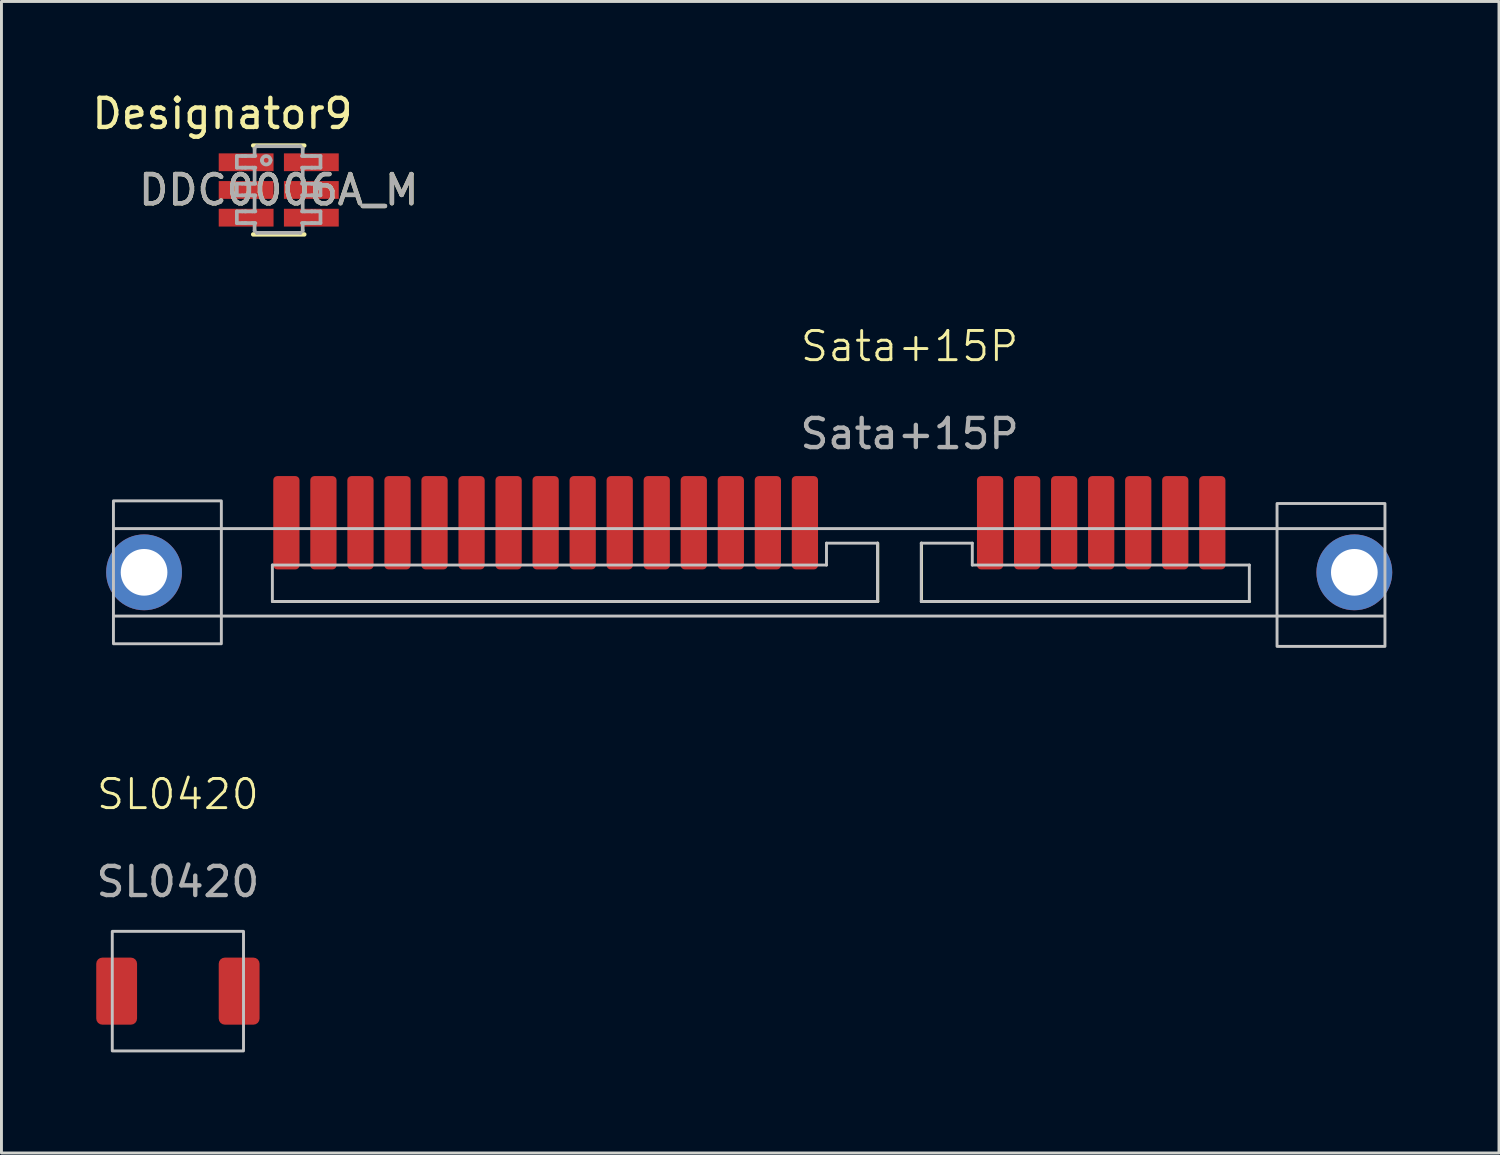
<source format=kicad_pcb>
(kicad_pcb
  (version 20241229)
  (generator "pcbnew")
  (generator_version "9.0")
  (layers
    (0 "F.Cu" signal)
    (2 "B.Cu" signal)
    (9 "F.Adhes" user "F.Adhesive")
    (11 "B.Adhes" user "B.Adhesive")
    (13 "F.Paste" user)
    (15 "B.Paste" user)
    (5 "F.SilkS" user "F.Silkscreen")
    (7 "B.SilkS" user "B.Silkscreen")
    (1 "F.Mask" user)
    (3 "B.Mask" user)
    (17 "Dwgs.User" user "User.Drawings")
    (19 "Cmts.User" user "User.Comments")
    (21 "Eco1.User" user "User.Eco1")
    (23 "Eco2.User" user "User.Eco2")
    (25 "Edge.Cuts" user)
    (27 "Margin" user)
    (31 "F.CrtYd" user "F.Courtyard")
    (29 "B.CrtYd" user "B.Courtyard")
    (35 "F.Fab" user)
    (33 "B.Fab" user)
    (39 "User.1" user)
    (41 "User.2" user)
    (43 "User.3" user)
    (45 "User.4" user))
  (footprint "DDC0006A_M"
    (layer "F.Cu")
    (at 6.508 3.464)
    (property "Reference" "DDC0006A_M" (at 0 0 0) (unlocked yes) (layer "F.SilkS") (effects (font (size 1 1) (thickness 0.15))))
    (attr smd)
    (fp_line (start -0.876 -1.524) (end 0.876 -1.524) (stroke (width 0.152) (type solid)) (layer "F.SilkS"))
    (fp_line (start -0.876 1.524) (end 0.876 1.524) (stroke (width 0.152) (type solid)) (layer "F.SilkS"))
    (fp_line (start -1.437 -1.165) (end -1.251 -1.165) (stroke (width 0.127) (type solid)) (layer "F.Fab"))
    (fp_line (start -1.437 -0.765) (end -1.437 -1.165) (stroke (width 0.127) (type solid)) (layer "F.Fab"))
    (fp_line (start -1.437 -0.765) (end -1.251 -0.765) (stroke (width 0.127) (type solid)) (layer "F.Fab"))
    (fp_line (start -1.437 -0.215) (end -1.251 -0.215) (stroke (width 0.127) (type solid)) (layer "F.Fab"))
    (fp_line (start -1.437 0.185) (end -1.437 -0.215) (stroke (width 0.127) (type solid)) (layer "F.Fab"))
    (fp_line (start -1.437 0.185) (end -1.251 0.185) (stroke (width 0.127) (type solid)) (layer "F.Fab"))
    (fp_line (start -1.437 0.735) (end -1.251 0.735) (stroke (width 0.127) (type solid)) (layer "F.Fab"))
    (fp_line (start -1.437 1.135) (end -1.437 0.735) (stroke (width 0.127) (type solid)) (layer "F.Fab"))
    (fp_line (start -1.437 1.135) (end -1.251 1.135) (stroke (width 0.127) (type solid)) (layer "F.Fab"))
    (fp_line (start -1.251 -1.165) (end -1.159 -1.165) (stroke (width 0.127) (type solid)) (layer "F.Fab"))
    (fp_line (start -1.251 -0.765) (end -1.159 -0.765) (stroke (width 0.127) (type solid)) (layer "F.Fab"))
    (fp_line (start -1.251 -0.215) (end -1.159 -0.215) (stroke (width 0.127) (type solid)) (layer "F.Fab"))
    (fp_line (start -1.251 0.185) (end -1.159 0.185) (stroke (width 0.127) (type solid)) (layer "F.Fab"))
    (fp_line (start -1.251 0.735) (end -1.159 0.735) (stroke (width 0.127) (type solid)) (layer "F.Fab"))
    (fp_line (start -1.251 1.135) (end -1.159 1.135) (stroke (width 0.127) (type solid)) (layer "F.Fab"))
    (fp_line (start -1.159 -1.165) (end -1.128 -1.165) (stroke (width 0.127) (type solid)) (layer "F.Fab"))
    (fp_line (start -1.159 -0.765) (end -1.128 -0.765) (stroke (width 0.127) (type solid)) (layer "F.Fab"))
    (fp_line (start -1.159 -0.215) (end -1.128 -0.215) (stroke (width 0.127) (type solid)) (layer "F.Fab"))
    (fp_line (start -1.159 0.185) (end -1.128 0.185) (stroke (width 0.127) (type solid)) (layer "F.Fab"))
    (fp_line (start -1.159 0.735) (end -1.128 0.735) (stroke (width 0.127) (type solid)) (layer "F.Fab"))
    (fp_line (start -1.159 1.135) (end -1.128 1.135) (stroke (width 0.127) (type solid)) (layer "F.Fab"))
    (fp_line (start -1.128 -1.165) (end -0.903 -1.165) (stroke (width 0.127) (type solid)) (layer "F.Fab"))
    (fp_line (start -1.128 -0.765) (end -0.903 -0.765) (stroke (width 0.127) (type solid)) (layer "F.Fab"))
    (fp_line (start -1.128 -0.215) (end -0.903 -0.215) (stroke (width 0.127) (type solid)) (layer "F.Fab"))
    (fp_line (start -1.128 0.185) (end -0.903 0.185) (stroke (width 0.127) (type solid)) (layer "F.Fab"))
    (fp_line (start -1.128 0.735) (end -0.903 0.735) (stroke (width 0.127) (type solid)) (layer "F.Fab"))
    (fp_line (start -1.128 1.135) (end -0.903 1.135) (stroke (width 0.127) (type solid)) (layer "F.Fab"))
    (fp_line (start -0.903 -1.165) (end -0.801 -1.165) (stroke (width 0.127) (type solid)) (layer "F.Fab"))
    (fp_line (start -0.903 -0.765) (end -0.801 -0.765) (stroke (width 0.127) (type solid)) (layer "F.Fab"))
    (fp_line (start -0.903 -0.215) (end -0.801 -0.215) (stroke (width 0.127) (type solid)) (layer "F.Fab"))
    (fp_line (start -0.903 0.185) (end -0.801 0.185) (stroke (width 0.127) (type solid)) (layer "F.Fab"))
    (fp_line (start -0.903 0.735) (end -0.801 0.735) (stroke (width 0.127) (type solid)) (layer "F.Fab"))
    (fp_line (start -0.903 1.135) (end -0.801 1.135) (stroke (width 0.127) (type solid)) (layer "F.Fab"))
    (fp_line (start -0.828 -1.422) (end -0.828 -1.426) (stroke (width 0.127) (type solid)) (layer "F.Fab"))
    (fp_line (start -0.828 -1.165) (end -0.828 -1.422) (stroke (width 0.127) (type solid)) (layer "F.Fab"))
    (fp_line (start -0.828 -0.215) (end -0.828 -0.765) (stroke (width 0.127) (type solid)) (layer "F.Fab"))
    (fp_line (start -0.828 0.735) (end -0.828 0.185) (stroke (width 0.127) (type solid)) (layer "F.Fab"))
    (fp_line (start -0.828 1.392) (end -0.828 1.135) (stroke (width 0.127) (type solid)) (layer "F.Fab"))
    (fp_line (start -0.828 1.395) (end -0.828 1.392) (stroke (width 0.127) (type solid)) (layer "F.Fab"))
    (fp_line (start -0.754 -1.5) (end -0.75 -1.5) (stroke (width 0.127) (type solid)) (layer "F.Fab"))
    (fp_line (start -0.754 1.47) (end -0.75 1.47) (stroke (width 0.127) (type solid)) (layer "F.Fab"))
    (fp_line (start -0.75 -1.5) (end 0.743 -1.5) (stroke (width 0.127) (type solid)) (layer "F.Fab"))
    (fp_line (start -0.75 1.47) (end 0.743 1.47) (stroke (width 0.127) (type solid)) (layer "F.Fab"))
    (fp_line (start 0.743 -1.5) (end 0.747 -1.5) (stroke (width 0.127) (type solid)) (layer "F.Fab"))
    (fp_line (start 0.743 1.47) (end 0.747 1.47) (stroke (width 0.127) (type solid)) (layer "F.Fab"))
    (fp_line (start 0.795 -1.165) (end 0.896 -1.165) (stroke (width 0.127) (type solid)) (layer "F.Fab"))
    (fp_line (start 0.795 -0.765) (end 0.896 -0.765) (stroke (width 0.127) (type solid)) (layer "F.Fab"))
    (fp_line (start 0.795 -0.215) (end 0.896 -0.215) (stroke (width 0.127) (type solid)) (layer "F.Fab"))
    (fp_line (start 0.795 0.185) (end 0.896 0.185) (stroke (width 0.127) (type solid)) (layer "F.Fab"))
    (fp_line (start 0.795 0.735) (end 0.896 0.735) (stroke (width 0.127) (type solid)) (layer "F.Fab"))
    (fp_line (start 0.795 1.135) (end 0.896 1.135) (stroke (width 0.127) (type solid)) (layer "F.Fab"))
    (fp_line (start 0.822 -1.422) (end 0.822 -1.426) (stroke (width 0.127) (type solid)) (layer "F.Fab"))
    (fp_line (start 0.822 -1.165) (end 0.822 -1.422) (stroke (width 0.127) (type solid)) (layer "F.Fab"))
    (fp_line (start 0.822 -0.215) (end 0.822 -0.765) (stroke (width 0.127) (type solid)) (layer "F.Fab"))
    (fp_line (start 0.822 0.735) (end 0.822 0.185) (stroke (width 0.127) (type solid)) (layer "F.Fab"))
    (fp_line (start 0.822 1.392) (end 0.822 1.135) (stroke (width 0.127) (type solid)) (layer "F.Fab"))
    (fp_line (start 0.822 1.395) (end 0.822 1.392) (stroke (width 0.127) (type solid)) (layer "F.Fab"))
    (fp_line (start 0.896 -1.165) (end 1.122 -1.165) (stroke (width 0.127) (type solid)) (layer "F.Fab"))
    (fp_line (start 0.896 -0.765) (end 1.122 -0.765) (stroke (width 0.127) (type solid)) (layer "F.Fab"))
    (fp_line (start 0.896 -0.215) (end 1.122 -0.215) (stroke (width 0.127) (type solid)) (layer "F.Fab"))
    (fp_line (start 0.896 0.185) (end 1.122 0.185) (stroke (width 0.127) (type solid)) (layer "F.Fab"))
    (fp_line (start 0.896 0.735) (end 1.122 0.735) (stroke (width 0.127) (type solid)) (layer "F.Fab"))
    (fp_line (start 0.896 1.135) (end 1.122 1.135) (stroke (width 0.127) (type solid)) (layer "F.Fab"))
    (fp_line (start 1.122 -1.165) (end 1.152 -1.165) (stroke (width 0.127) (type solid)) (layer "F.Fab"))
    (fp_line (start 1.122 -0.765) (end 1.152 -0.765) (stroke (width 0.127) (type solid)) (layer "F.Fab"))
    (fp_line (start 1.122 -0.215) (end 1.152 -0.215) (stroke (width 0.127) (type solid)) (layer "F.Fab"))
    (fp_line (start 1.122 0.185) (end 1.152 0.185) (stroke (width 0.127) (type solid)) (layer "F.Fab"))
    (fp_line (start 1.122 0.735) (end 1.152 0.735) (stroke (width 0.127) (type solid)) (layer "F.Fab"))
    (fp_line (start 1.122 1.135) (end 1.152 1.135) (stroke (width 0.127) (type solid)) (layer "F.Fab"))
    (fp_line (start 1.152 -1.165) (end 1.245 -1.165) (stroke (width 0.127) (type solid)) (layer "F.Fab"))
    (fp_line (start 1.152 -0.765) (end 1.245 -0.765) (stroke (width 0.127) (type solid)) (layer "F.Fab"))
    (fp_line (start 1.152 -0.215) (end 1.245 -0.215) (stroke (width 0.127) (type solid)) (layer "F.Fab"))
    (fp_line (start 1.152 0.185) (end 1.245 0.185) (stroke (width 0.127) (type solid)) (layer "F.Fab"))
    (fp_line (start 1.152 0.735) (end 1.245 0.735) (stroke (width 0.127) (type solid)) (layer "F.Fab"))
    (fp_line (start 1.152 1.135) (end 1.245 1.135) (stroke (width 0.127) (type solid)) (layer "F.Fab"))
    (fp_line (start 1.245 -1.165) (end 1.431 -1.165) (stroke (width 0.127) (type solid)) (layer "F.Fab"))
    (fp_line (start 1.245 -0.765) (end 1.431 -0.765) (stroke (width 0.127) (type solid)) (layer "F.Fab"))
    (fp_line (start 1.245 -0.215) (end 1.431 -0.215) (stroke (width 0.127) (type solid)) (layer "F.Fab"))
    (fp_line (start 1.245 0.185) (end 1.431 0.185) (stroke (width 0.127) (type solid)) (layer "F.Fab"))
    (fp_line (start 1.245 0.735) (end 1.431 0.735) (stroke (width 0.127) (type solid)) (layer "F.Fab"))
    (fp_line (start 1.245 1.135) (end 1.431 1.135) (stroke (width 0.127) (type solid)) (layer "F.Fab"))
    (fp_line (start 1.431 -0.765) (end 1.431 -1.165) (stroke (width 0.127) (type solid)) (layer "F.Fab"))
    (fp_line (start 1.431 0.185) (end 1.431 -0.215) (stroke (width 0.127) (type solid)) (layer "F.Fab"))
    (fp_line (start 1.431 1.135) (end 1.431 0.735) (stroke (width 0.127) (type solid)) (layer "F.Fab"))
    (fp_arc (start -0.578322 -1.017679) (mid -0.429542 -1.166459) (end -0.280761 -1.017679) (stroke (width 0.127) (type solid)) (layer "F.Fab"))
    (fp_arc (start -0.280761 -1.017679) (mid -0.429542 -0.868898) (end -0.578322 -1.017679) (stroke (width 0.127) (type solid)) (layer "F.Fab"))
    (fp_text user "Designator9" (at -1.93 -2.616 0) (unlocked yes) (layer "F.SilkS") (effects (font (size 1 1) (thickness 0.15))))
    (fp_text user "${REFERENCE}" (at 0 0 0) (unlocked yes) (layer "F.Fab") (effects (font (size 1 1) (thickness 0.15))))
    (pad "1" smd rect (at -1.118 -0.95) (size 1.88 0.61) (layers "F.Cu" "F.Mask" "F.Paste"))
    (pad "2" smd rect (at -1.118 0) (size 1.88 0.61) (layers "F.Cu" "F.Mask" "F.Paste"))
    (pad "3" smd rect (at -1.118 0.95) (size 1.88 0.61) (layers "F.Cu" "F.Mask" "F.Paste"))
    (pad "4" smd rect (at 1.118 0.95) (size 1.88 0.61) (layers "F.Cu" "F.Mask" "F.Paste"))
    (pad "5" smd rect (at 1.118 0) (size 1.88 0.61) (layers "F.Cu" "F.Mask" "F.Paste"))
    (pad "6" smd rect (at 1.118 -0.95) (size 1.88 0.61) (layers "F.Cu" "F.Mask" "F.Paste")))
  (footprint "Sata+15P"
    (layer "F.Cu")
    (at 24.55 14.875)
    (property "Reference" "Sata+15P" (at 3.59 -6.05 0) (unlocked yes) (layer "F.SilkS") (effects (font (size 1 1) (thickness 0.1))))
    (attr smd)
    (fp_line (start 2.5 0.7) (end 2.5 2.7) (stroke (width 0.1) (type solid)) (layer "F.SilkS"))
    (fp_line (start 2.5 2.7) (end -18.25 2.7) (stroke (width 0.1) (type solid)) (layer "F.SilkS"))
    (fp_line (start 4 2.7) (end 4 0.7) (stroke (width 0.1) (type solid)) (layer "F.SilkS"))
    (fp_line (start 15.25 2.7) (end 4 2.7) (stroke (width 0.1) (type solid)) (layer "F.SilkS"))
    (fp_line (start -23.66 0.2) (end 19.84 0.2) (stroke (width 0.1) (type solid)) (layer "Dwgs.User"))
    (fp_line (start -23.66 3.2) (end 19.84 3.2) (stroke (width 0.1) (type solid)) (layer "Dwgs.User"))
    (fp_line (start -18.26 1.45) (end 0.74 1.45) (stroke (width 0.1) (type solid)) (layer "Dwgs.User"))
    (fp_line (start -18.26 2.7) (end -18.26 1.45) (stroke (width 0.1) (type solid)) (layer "Dwgs.User"))
    (fp_line (start 0.74 0.7) (end 0.74 1.45) (stroke (width 0.1) (type solid)) (layer "Dwgs.User"))
    (fp_line (start 0.74 0.7) (end 2.49 0.7) (stroke (width 0.1) (type solid)) (layer "Dwgs.User"))
    (fp_line (start 2.49 0.7) (end 2.49 2.7) (stroke (width 0.1) (type solid)) (layer "Dwgs.User"))
    (fp_line (start 2.49 2.7) (end -18.26 2.7) (stroke (width 0.1) (type solid)) (layer "Dwgs.User"))
    (fp_line (start 3.99 0.7) (end 5.74 0.7) (stroke (width 0.1) (type solid)) (layer "Dwgs.User"))
    (fp_line (start 3.99 2.7) (end 3.99 0.7) (stroke (width 0.1) (type solid)) (layer "Dwgs.User"))
    (fp_line (start 5.74 0.7) (end 5.74 1.45) (stroke (width 0.1) (type solid)) (layer "Dwgs.User"))
    (fp_line (start 5.74 1.45) (end 15.24 1.45) (stroke (width 0.1) (type solid)) (layer "Dwgs.User"))
    (fp_line (start 15.24 1.45) (end 15.24 2.7) (stroke (width 0.1) (type solid)) (layer "Dwgs.User"))
    (fp_line (start 15.24 2.7) (end 3.99 2.7) (stroke (width 0.1) (type solid)) (layer "Dwgs.User"))
    (fp_rect (start -23.71 -0.75) (end -20.01 4.15) (stroke (width 0.1) (type solid)) (fill no) (layer "Dwgs.User"))
    (fp_rect (start 16.19 -0.66) (end 19.89 4.24) (stroke (width 0.1) (type solid)) (fill no) (layer "Dwgs.User"))
    (fp_rect (start -24.5 -2.25) (end 20.75 5.5) (stroke (width 0.1) (type default)) (fill no) (layer "Margin"))
    (fp_text user "${REFERENCE}" (at 3.59 -3.05 0) (unlocked yes) (layer "F.Fab") (effects (font (size 1 1) (thickness 0.15))))
    (pad "" thru_hole circle (at -22.66 1.7) (size 2.6 2.6) (drill 1.6) (layers "*.Cu" "*.Mask"))
    (pad "" thru_hole circle (at 18.84 1.7) (size 2.6 2.6) (drill 1.6) (layers "*.Cu" "*.Mask"))
    (pad "1" smd roundrect (at 13.97 0) (size 0.9 3.2) (layers "F.Cu" "F.Mask" "F.Paste") (roundrect_rratio 0.156))
    (pad "2" smd roundrect (at 12.7 0) (size 0.9 3.2) (layers "F.Cu" "F.Mask" "F.Paste") (roundrect_rratio 0.156))
    (pad "3" smd roundrect (at 11.43 0) (size 0.9 3.2) (layers "F.Cu" "F.Mask" "F.Paste") (roundrect_rratio 0.156))
    (pad "4" smd roundrect (at 10.16 0) (size 0.9 3.2) (layers "F.Cu" "F.Mask" "F.Paste") (roundrect_rratio 0.156))
    (pad "5" smd roundrect (at 8.89 0) (size 0.9 3.2) (layers "F.Cu" "F.Mask" "F.Paste") (roundrect_rratio 0.156))
    (pad "6" smd roundrect (at 7.62 0) (size 0.9 3.2) (layers "F.Cu" "F.Mask" "F.Paste") (roundrect_rratio 0.156))
    (pad "7" smd roundrect (at 6.35 0) (size 0.9 3.2) (layers "F.Cu" "F.Mask" "F.Paste") (roundrect_rratio 0.156))
    (pad "8" smd roundrect (at 0 0) (size 0.9 3.2) (layers "F.Cu" "F.Mask" "F.Paste") (roundrect_rratio 0.156))
    (pad "9" smd roundrect (at -1.27 0) (size 0.9 3.2) (layers "F.Cu" "F.Mask" "F.Paste") (roundrect_rratio 0.156))
    (pad "10" smd roundrect (at -2.54 0) (size 0.9 3.2) (layers "F.Cu" "F.Mask" "F.Paste") (roundrect_rratio 0.156))
    (pad "11" smd roundrect (at -3.81 0) (size 0.9 3.2) (layers "F.Cu" "F.Mask" "F.Paste") (roundrect_rratio 0.156))
    (pad "12" smd roundrect (at -5.08 0) (size 0.9 3.2) (layers "F.Cu" "F.Mask" "F.Paste") (roundrect_rratio 0.156))
    (pad "13" smd roundrect (at -6.35 0) (size 0.9 3.2) (layers "F.Cu" "F.Mask" "F.Paste") (roundrect_rratio 0.156))
    (pad "14" smd roundrect (at -7.62 0) (size 0.9 3.2) (layers "F.Cu" "F.Mask" "F.Paste") (roundrect_rratio 0.156))
    (pad "15" smd roundrect (at -8.89 0) (size 0.9 3.2) (layers "F.Cu" "F.Mask" "F.Paste") (roundrect_rratio 0.156))
    (pad "16" smd roundrect (at -10.16 0) (size 0.9 3.2) (layers "F.Cu" "F.Mask" "F.Paste") (roundrect_rratio 0.156))
    (pad "17" smd roundrect (at -11.43 0) (size 0.9 3.2) (layers "F.Cu" "F.Mask" "F.Paste") (roundrect_rratio 0.156))
    (pad "18" smd roundrect (at -12.7 0) (size 0.9 3.2) (layers "F.Cu" "F.Mask" "F.Paste") (roundrect_rratio 0.156))
    (pad "19" smd roundrect (at -13.97 0) (size 0.9 3.2) (layers "F.Cu" "F.Mask" "F.Paste") (roundrect_rratio 0.156))
    (pad "20" smd roundrect (at -15.24 0) (size 0.9 3.2) (layers "F.Cu" "F.Mask" "F.Paste") (roundrect_rratio 0.156))
    (pad "21" smd roundrect (at -16.51 0) (size 0.9 3.2) (layers "F.Cu" "F.Mask" "F.Paste") (roundrect_rratio 0.156))
    (pad "22" smd roundrect (at -17.78 0) (size 0.9 3.2) (layers "F.Cu" "F.Mask" "F.Paste") (roundrect_rratio 0.156)))
  (footprint "SL0420"
    (layer "F.Cu")
    (at 3.05 30.936)
    (property "Reference" "SL0420" (at 0 -6.75 0) (unlocked yes) (layer "F.SilkS") (effects (font (size 1 1) (thickness 0.1))))
    (attr smd)
    (fp_rect (start -2.25 -2.05) (end 2.25 2.05) (stroke (width 0.1) (type solid)) (fill no) (layer "Dwgs.User"))
    (fp_rect (start -3 -2.5) (end 3 2.5) (stroke (width 0.1) (type default)) (fill no) (layer "Margin"))
    (fp_text user "${REFERENCE}" (at 0 -3.75 0) (unlocked yes) (layer "F.Fab") (effects (font (size 1 1) (thickness 0.15))))
    (pad "1" smd roundrect (at -2.1 0) (size 1.4 2.3) (layers "F.Cu" "F.Mask" "F.Paste") (roundrect_rratio 0.15))
    (pad "2" smd roundrect (at 2.1 0) (size 1.4 2.3) (layers "F.Cu" "F.Mask" "F.Paste") (roundrect_rratio 0.15)))
  (gr_rect
    (start -3 -3)
    (end 48.35 36.486)
    (stroke (width 0.1) (type default))
    (fill no)
    (layer "Edge.Cuts")))
</source>
